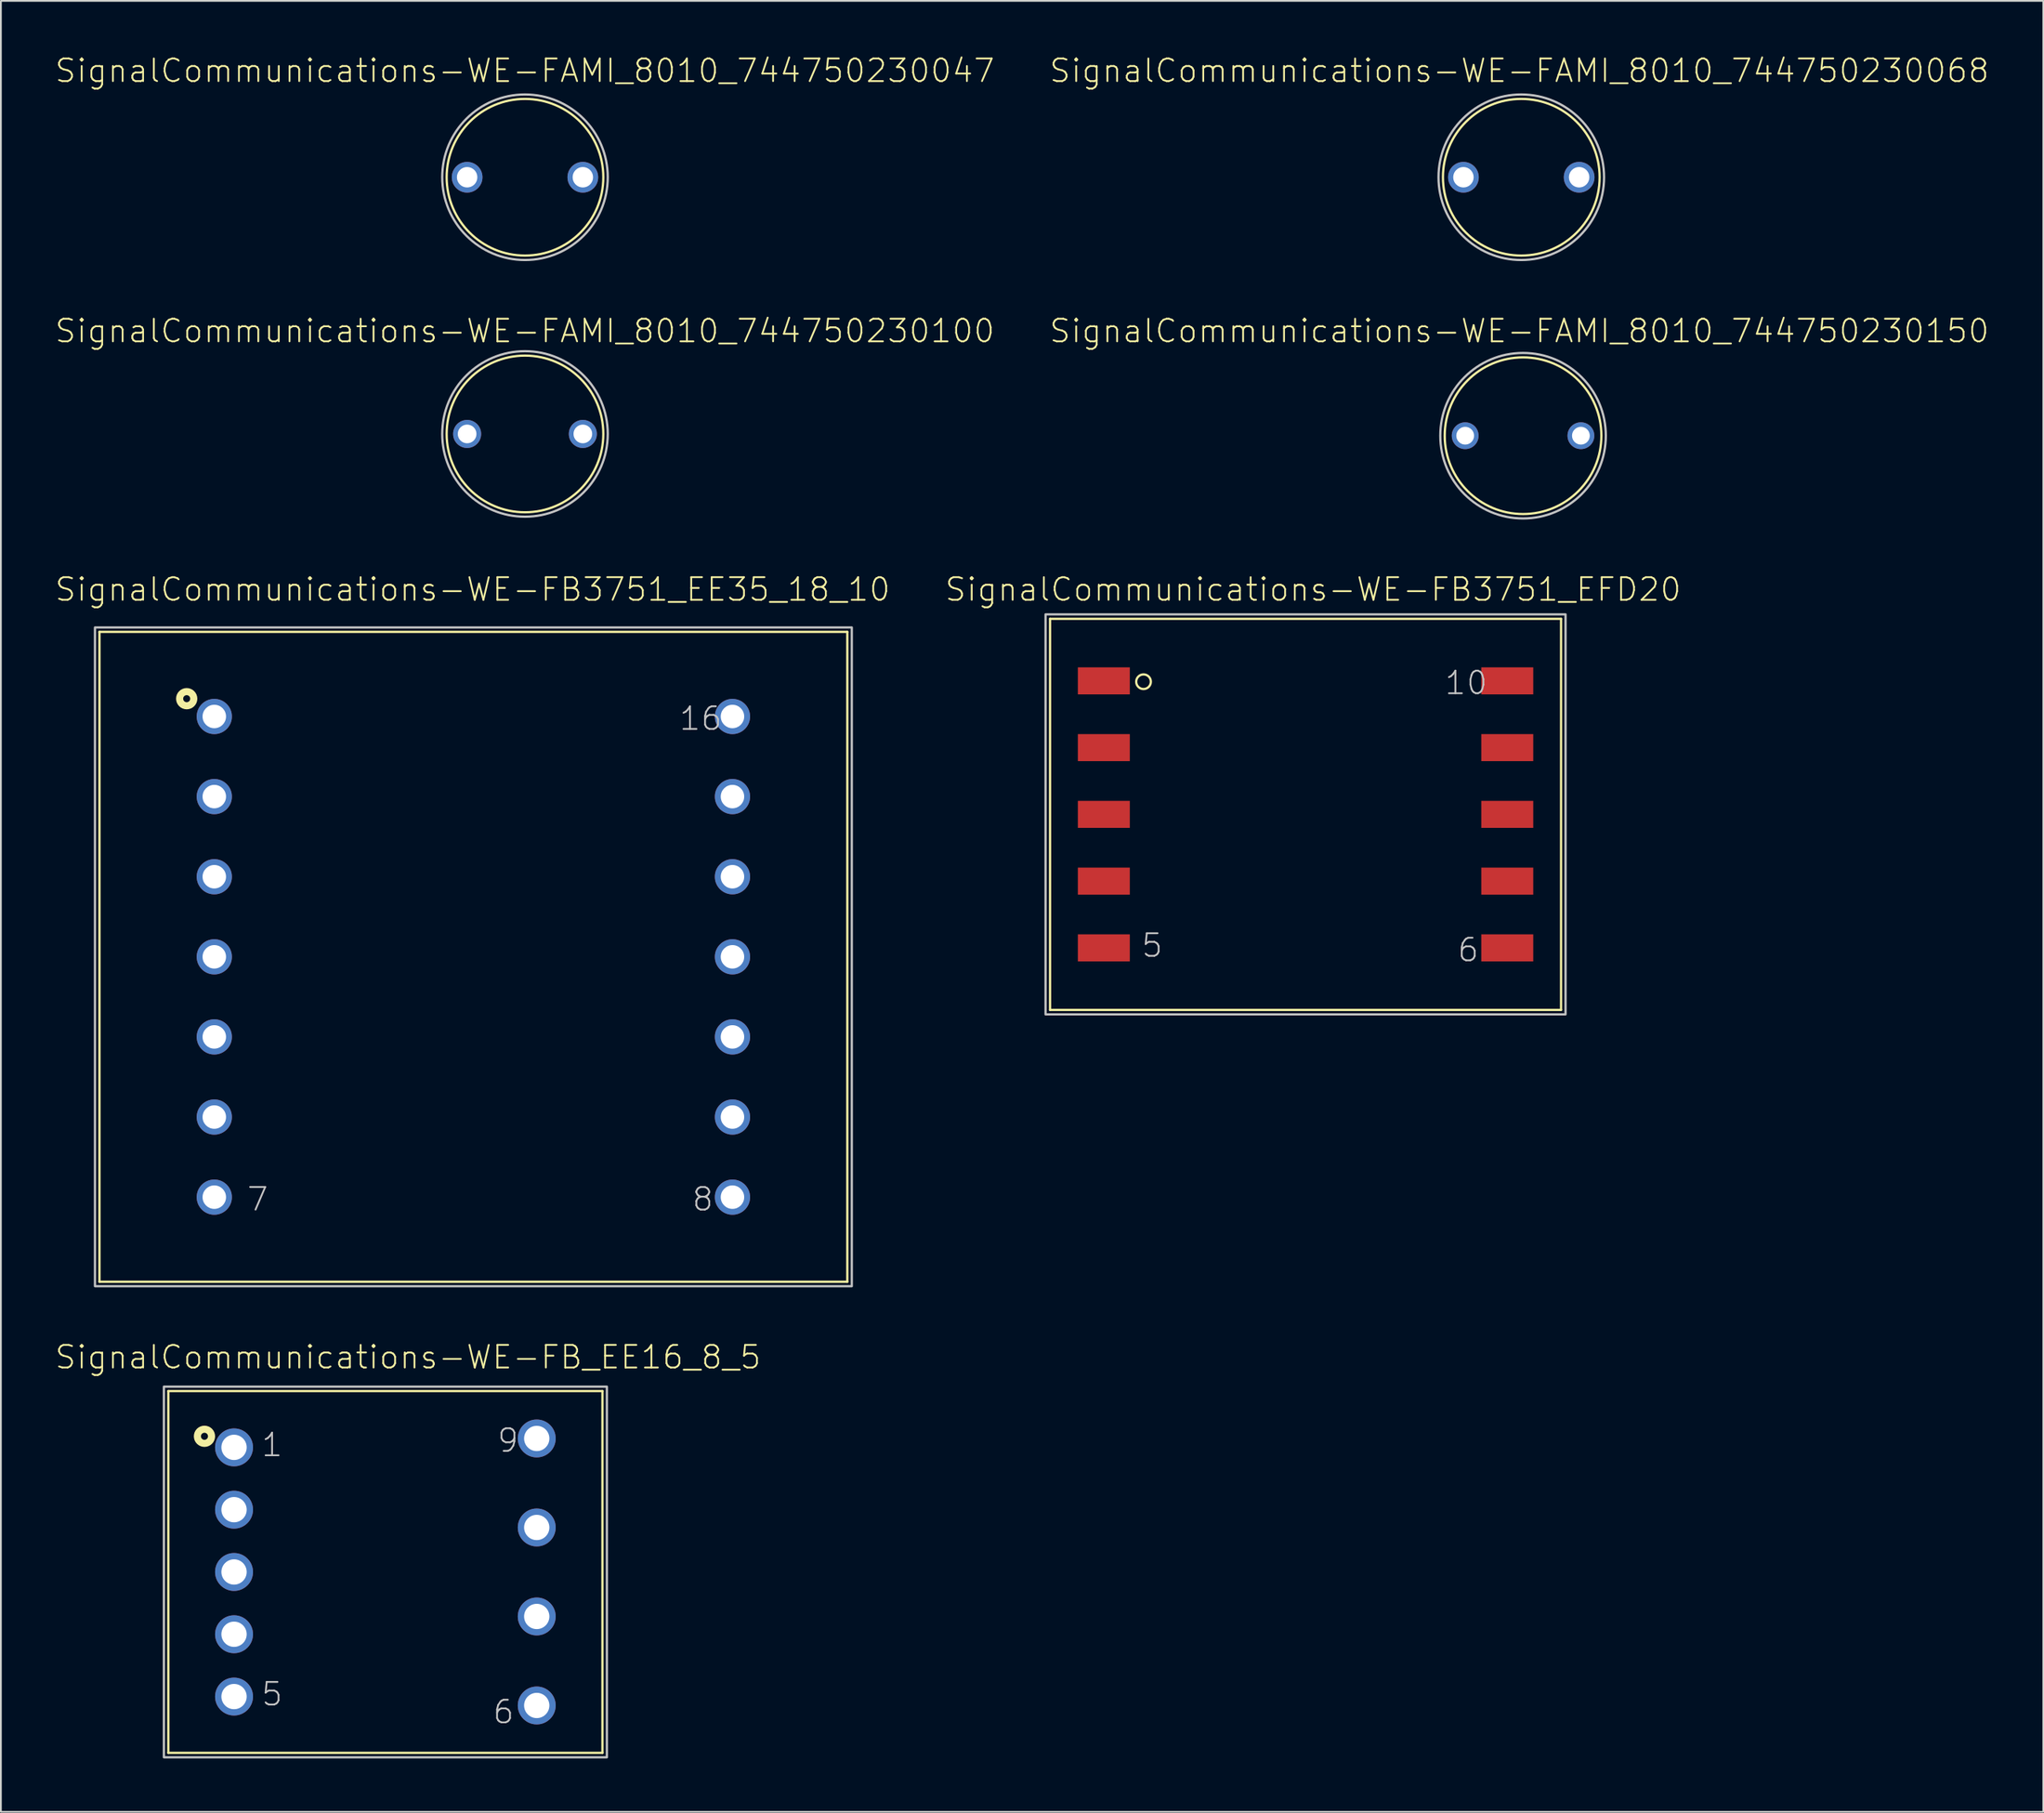
<source format=kicad_pcb>
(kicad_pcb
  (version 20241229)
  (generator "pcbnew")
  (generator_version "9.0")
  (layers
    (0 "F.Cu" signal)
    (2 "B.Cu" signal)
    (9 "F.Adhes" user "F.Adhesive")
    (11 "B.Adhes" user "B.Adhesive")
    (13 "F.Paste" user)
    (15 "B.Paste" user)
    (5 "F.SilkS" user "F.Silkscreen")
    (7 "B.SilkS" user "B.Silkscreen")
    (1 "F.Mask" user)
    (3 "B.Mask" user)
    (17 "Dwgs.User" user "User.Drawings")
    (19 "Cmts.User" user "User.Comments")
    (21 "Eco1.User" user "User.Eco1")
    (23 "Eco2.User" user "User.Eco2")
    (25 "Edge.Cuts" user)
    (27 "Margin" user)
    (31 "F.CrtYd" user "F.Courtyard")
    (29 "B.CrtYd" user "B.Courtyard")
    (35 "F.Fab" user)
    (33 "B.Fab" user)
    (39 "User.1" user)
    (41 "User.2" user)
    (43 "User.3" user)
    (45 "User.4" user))
  (footprint "SignalCommunications-WE-FB_EE16_8_5"
    (layer "F.Cu")
    (at 18.592 85.238)
    (property "Reference" "SignalCommunications-WE-FB_EE16_8_5" (at 1.27 -12.065 0) (layer "F.SilkS") (effects (font (size 1.27 1.27) (thickness 0.102))))
    (attr exclude_from_pos_files exclude_from_bom)
    (fp_line (start -12.189 -10.16) (end -12.189 10.16) (stroke (width 0.127) (type solid)) (layer "F.SilkS"))
    (fp_line (start -12.189 10.16) (end 12.189 10.16) (stroke (width 0.127) (type solid)) (layer "F.SilkS"))
    (fp_line (start 12.189 -10.16) (end -12.189 -10.16) (stroke (width 0.127) (type solid)) (layer "F.SilkS"))
    (fp_line (start 12.189 10.16) (end 12.189 -10.16) (stroke (width 0.127) (type solid)) (layer "F.SilkS"))
    (fp_circle (center -10.16 -7.62) (end -10.16 -7.818) (stroke (width 0.399) (type solid)) (fill no) (layer "F.SilkS"))
    (fp_poly (pts (xy -12.438 -10.409) (xy 12.438 -10.409) (xy 12.438 10.409) (xy -12.438 10.409) (xy -12.438 -10.409)) (stroke (width 0.127) (type solid)) (fill no) (layer "Dwgs.User"))
    (fp_text user "5" (at -6.363 6.863 0) (layer "Dwgs.User") (effects (font (size 1.27 1.27) (thickness 0.102))))
    (fp_text user "9" (at 6.883 -7.384 0) (layer "Dwgs.User") (effects (font (size 1.27 1.27) (thickness 0.102))))
    (fp_text user "6" (at 6.634 7.864 0) (layer "Dwgs.User") (effects (font (size 1.27 1.27) (thickness 0.102))))
    (fp_text user "1" (at -6.363 -7.135 0) (layer "Dwgs.User") (effects (font (size 1.27 1.27) (thickness 0.102))))
    (pad "1" thru_hole circle (at -8.499 -6.998) (size 2.129 2.129) (drill 1.42) (layers "*.Cu" "*.Paste" "*.Mask"))
    (pad "2" thru_hole circle (at -8.499 -3.498) (size 2.129 2.129) (drill 1.42) (layers "*.Cu" "*.Paste" "*.Mask"))
    (pad "3" thru_hole circle (at -8.499 0) (size 2.129 2.129) (drill 1.42) (layers "*.Cu" "*.Paste" "*.Mask"))
    (pad "4" thru_hole circle (at -8.499 3.498) (size 2.129 2.129) (drill 1.42) (layers "*.Cu" "*.Paste" "*.Mask"))
    (pad "5" thru_hole circle (at -8.499 6.998) (size 2.129 2.129) (drill 1.42) (layers "*.Cu" "*.Paste" "*.Mask"))
    (pad "6" thru_hole circle (at 8.499 7.498) (size 2.129 2.129) (drill 1.42) (layers "*.Cu" "*.Paste" "*.Mask"))
    (pad "7" thru_hole circle (at 8.499 2.499) (size 2.129 2.129) (drill 1.42) (layers "*.Cu" "*.Paste" "*.Mask"))
    (pad "8" thru_hole circle (at 8.499 -2.499) (size 2.129 2.129) (drill 1.42) (layers "*.Cu" "*.Paste" "*.Mask"))
    (pad "9" thru_hole circle (at 8.499 -7.498) (size 2.129 2.129) (drill 1.42) (layers "*.Cu" "*.Paste" "*.Mask")))
  (footprint "SignalCommunications-WE-FAMI_8010_744750230150"
    (layer "F.Cu")
    (at 82.478 21.421)
    (property "Reference" "SignalCommunications-WE-FAMI_8010_744750230150" (at -0.208 -5.883 0) (layer "F.SilkS") (effects (font (size 1.27 1.27) (thickness 0.102))))
    (attr exclude_from_pos_files exclude_from_bom)
    (fp_circle (center 0 0) (end 0 -4.399) (stroke (width 0.127) (type solid)) (fill no) (layer "F.SilkS"))
    (fp_circle (center 0 0) (end 0 -4.648) (stroke (width 0.127) (type solid)) (fill no) (layer "Dwgs.User"))
    (pad "1" thru_hole circle (at -3.249 0) (size 1.506 1.506) (drill 0.998) (layers "*.Cu" "*.Paste" "*.Mask"))
    (pad "2" thru_hole circle (at 3.249 0) (size 1.506 1.506) (drill 0.998) (layers "*.Cu" "*.Paste" "*.Mask")))
  (footprint "SignalCommunications-WE-FAMI_8010_744750230047"
    (layer "F.Cu")
    (at 26.431 6.905)
    (property "Reference" "SignalCommunications-WE-FAMI_8010_744750230047" (at -0.008 -5.984 0) (layer "F.SilkS") (effects (font (size 1.27 1.27) (thickness 0.102))))
    (attr exclude_from_pos_files exclude_from_bom)
    (fp_circle (center 0 0) (end 0 -4.399) (stroke (width 0.127) (type solid)) (fill no) (layer "F.SilkS"))
    (fp_circle (center 0 0) (end 0 -4.648) (stroke (width 0.127) (type solid)) (fill no) (layer "Dwgs.User"))
    (pad "1" thru_hole circle (at -3.249 0) (size 1.725 1.725) (drill 1.148) (layers "*.Cu" "*.Paste" "*.Mask"))
    (pad "2" thru_hole circle (at 3.249 0) (size 1.725 1.725) (drill 1.148) (layers "*.Cu" "*.Paste" "*.Mask")))
  (footprint "SignalCommunications-WE-FB3751_EFD20"
    (layer "F.Cu")
    (at 70.264 42.688)
    (property "Reference" "SignalCommunications-WE-FB3751_EFD20" (at 0.424 -12.634 0) (layer "F.SilkS") (effects (font (size 1.27 1.27) (thickness 0.102))))
    (attr smd)
    (fp_line (start -14.348 -10.983) (end -14.348 10.983) (stroke (width 0.127) (type solid)) (layer "F.SilkS"))
    (fp_line (start -14.348 -10.983) (end 14.348 -10.983) (stroke (width 0.127) (type solid)) (layer "F.SilkS"))
    (fp_line (start -14.348 10.983) (end 14.348 10.983) (stroke (width 0.127) (type solid)) (layer "F.SilkS"))
    (fp_line (start 14.348 -10.983) (end 14.348 10.983) (stroke (width 0.127) (type solid)) (layer "F.SilkS"))
    (fp_circle (center -9.098 -7.45) (end -9.098 -7.861) (stroke (width 0.127) (type solid)) (fill no) (layer "F.SilkS"))
    (fp_poly (pts (xy -14.6 -11.234) (xy 14.6 -11.234) (xy 14.6 11.234) (xy -14.6 11.234) (xy -14.6 -11.234)) (stroke (width 0.127) (type solid)) (fill no) (layer "Dwgs.User"))
    (fp_text user "6" (at 9.134 7.615 0) (layer "Dwgs.User") (effects (font (size 1.27 1.27) (thickness 0.102))))
    (fp_text user "10" (at 9.02 -7.384 0) (layer "Dwgs.User") (effects (font (size 1.27 1.27) (thickness 0.102))))
    (fp_text user "5" (at -8.613 7.363 0) (layer "Dwgs.User") (effects (font (size 1.27 1.27) (thickness 0.102))))
    (pad "1" smd rect (at -11.328 -7.498) (size 2.918 1.519) (layers "F.Cu" "F.Mask" "F.Paste"))
    (pad "2" smd rect (at -11.328 -3.749) (size 2.918 1.519) (layers "F.Cu" "F.Mask" "F.Paste"))
    (pad "3" smd rect (at -11.328 0) (size 2.918 1.519) (layers "F.Cu" "F.Mask" "F.Paste"))
    (pad "4" smd rect (at -11.328 3.749) (size 2.918 1.519) (layers "F.Cu" "F.Mask" "F.Paste"))
    (pad "5" smd rect (at -11.328 7.498) (size 2.918 1.519) (layers "F.Cu" "F.Mask" "F.Paste"))
    (pad "6" smd rect (at 11.328 7.498) (size 2.918 1.519) (layers "F.Cu" "F.Mask" "F.Paste"))
    (pad "7" smd rect (at 11.328 3.749) (size 2.918 1.519) (layers "F.Cu" "F.Mask" "F.Paste"))
    (pad "8" smd rect (at 11.328 0) (size 2.918 1.519) (layers "F.Cu" "F.Mask" "F.Paste"))
    (pad "9" smd rect (at 11.328 -3.749) (size 2.918 1.519) (layers "F.Cu" "F.Mask" "F.Paste"))
    (pad "10" smd rect (at 11.328 -7.498) (size 2.918 1.519) (layers "F.Cu" "F.Mask" "F.Paste")))
  (footprint "SignalCommunications-WE-FAMI_8010_744750230100"
    (layer "F.Cu")
    (at 26.431 21.322)
    (property "Reference" "SignalCommunications-WE-FAMI_8010_744750230100" (at -0.008 -5.784 0) (layer "F.SilkS") (effects (font (size 1.27 1.27) (thickness 0.102))))
    (attr exclude_from_pos_files exclude_from_bom)
    (fp_circle (center 0 0) (end 0 -4.399) (stroke (width 0.127) (type solid)) (fill no) (layer "F.SilkS"))
    (fp_circle (center 0 0) (end 0 -4.648) (stroke (width 0.127) (type solid)) (fill no) (layer "Dwgs.User"))
    (pad "1" thru_hole circle (at -3.249 0) (size 1.575 1.575) (drill 1.049) (layers "*.Cu" "*.Paste" "*.Mask"))
    (pad "2" thru_hole circle (at 3.249 0) (size 1.575 1.575) (drill 1.049) (layers "*.Cu" "*.Paste" "*.Mask")))
  (footprint "SignalCommunications-WE-FB3751_EE35_18_10"
    (layer "F.Cu")
    (at 23.533 50.689)
    (property "Reference" "SignalCommunications-WE-FB3751_EE35_18_10" (at -0.043 -20.635 0) (layer "F.SilkS") (effects (font (size 1.27 1.27) (thickness 0.102))))
    (attr exclude_from_pos_files exclude_from_bom)
    (fp_line (start -20.998 -18.25) (end -20.998 18.25) (stroke (width 0.127) (type solid)) (layer "F.SilkS"))
    (fp_line (start -20.998 -18.25) (end 20.998 -18.25) (stroke (width 0.127) (type solid)) (layer "F.SilkS"))
    (fp_line (start -20.998 18.25) (end 20.998 18.25) (stroke (width 0.127) (type solid)) (layer "F.SilkS"))
    (fp_line (start 20.998 -18.25) (end 20.998 18.25) (stroke (width 0.127) (type solid)) (layer "F.SilkS"))
    (fp_circle (center -16.099 -14.498) (end -16.099 -14.696) (stroke (width 0.399) (type solid)) (fill no) (layer "F.SilkS"))
    (fp_poly (pts (xy -21.25 -18.499) (xy 21.25 -18.499) (xy 21.25 18.499) (xy -21.25 18.499) (xy -21.25 -18.499)) (stroke (width 0.127) (type solid)) (fill no) (layer "Dwgs.User"))
    (fp_text user "8" (at 12.883 13.614 0) (layer "Dwgs.User") (effects (font (size 1.27 1.27) (thickness 0.102))))
    (fp_text user "7" (at -12.113 13.614 0) (layer "Dwgs.User") (effects (font (size 1.27 1.27) (thickness 0.102))))
    (fp_text user "16" (at 12.769 -13.383 0) (layer "Dwgs.User") (effects (font (size 1.27 1.27) (thickness 0.102))))
    (pad "1" thru_hole circle (at -14.549 -13.498) (size 1.979 1.979) (drill 1.318) (layers "*.Cu" "*.Paste" "*.Mask"))
    (pad "2" thru_hole circle (at -14.549 -8.999) (size 1.979 1.979) (drill 1.318) (layers "*.Cu" "*.Paste" "*.Mask"))
    (pad "3" thru_hole circle (at -14.549 -4.498) (size 1.979 1.979) (drill 1.318) (layers "*.Cu" "*.Paste" "*.Mask"))
    (pad "4" thru_hole circle (at -14.549 0) (size 1.979 1.979) (drill 1.318) (layers "*.Cu" "*.Paste" "*.Mask"))
    (pad "5" thru_hole circle (at -14.549 4.498) (size 1.979 1.979) (drill 1.318) (layers "*.Cu" "*.Paste" "*.Mask"))
    (pad "6" thru_hole circle (at -14.549 8.999) (size 1.979 1.979) (drill 1.318) (layers "*.Cu" "*.Paste" "*.Mask"))
    (pad "7" thru_hole circle (at -14.549 13.498) (size 1.979 1.979) (drill 1.318) (layers "*.Cu" "*.Paste" "*.Mask"))
    (pad "8" thru_hole circle (at 14.549 13.498) (size 1.979 1.979) (drill 1.318) (layers "*.Cu" "*.Paste" "*.Mask"))
    (pad "9" thru_hole circle (at 14.549 8.999) (size 1.979 1.979) (drill 1.318) (layers "*.Cu" "*.Paste" "*.Mask"))
    (pad "10" thru_hole circle (at 14.549 4.498) (size 1.979 1.979) (drill 1.318) (layers "*.Cu" "*.Paste" "*.Mask"))
    (pad "11" thru_hole circle (at 14.549 0) (size 1.979 1.979) (drill 1.318) (layers "*.Cu" "*.Paste" "*.Mask"))
    (pad "12" thru_hole circle (at 14.549 -4.498) (size 1.979 1.979) (drill 1.318) (layers "*.Cu" "*.Paste" "*.Mask"))
    (pad "13" thru_hole circle (at 14.549 -8.999) (size 1.979 1.979) (drill 1.318) (layers "*.Cu" "*.Paste" "*.Mask"))
    (pad "14" thru_hole circle (at 14.549 -13.498) (size 1.979 1.979) (drill 1.318) (layers "*.Cu" "*.Paste" "*.Mask")))
  (footprint "SignalCommunications-WE-FAMI_8010_744750230068"
    (layer "F.Cu")
    (at 82.379 6.905)
    (property "Reference" "SignalCommunications-WE-FAMI_8010_744750230068" (at -0.109 -5.984 0) (layer "F.SilkS") (effects (font (size 1.27 1.27) (thickness 0.102))))
    (attr exclude_from_pos_files exclude_from_bom)
    (fp_circle (center 0 0) (end 0 -4.399) (stroke (width 0.127) (type solid)) (fill no) (layer "F.SilkS"))
    (fp_circle (center 0 0) (end 0 -4.648) (stroke (width 0.127) (type solid)) (fill no) (layer "Dwgs.User"))
    (pad "1" thru_hole circle (at -3.249 0) (size 1.725 1.725) (drill 1.148) (layers "*.Cu" "*.Paste" "*.Mask"))
    (pad "2" thru_hole circle (at 3.249 0) (size 1.725 1.725) (drill 1.148) (layers "*.Cu" "*.Paste" "*.Mask")))
  (gr_rect
    (start -3 -3)
    (end 111.693 98.71)
    (stroke (width 0.1) (type default))
    (fill no)
    (layer "Edge.Cuts")))
</source>
